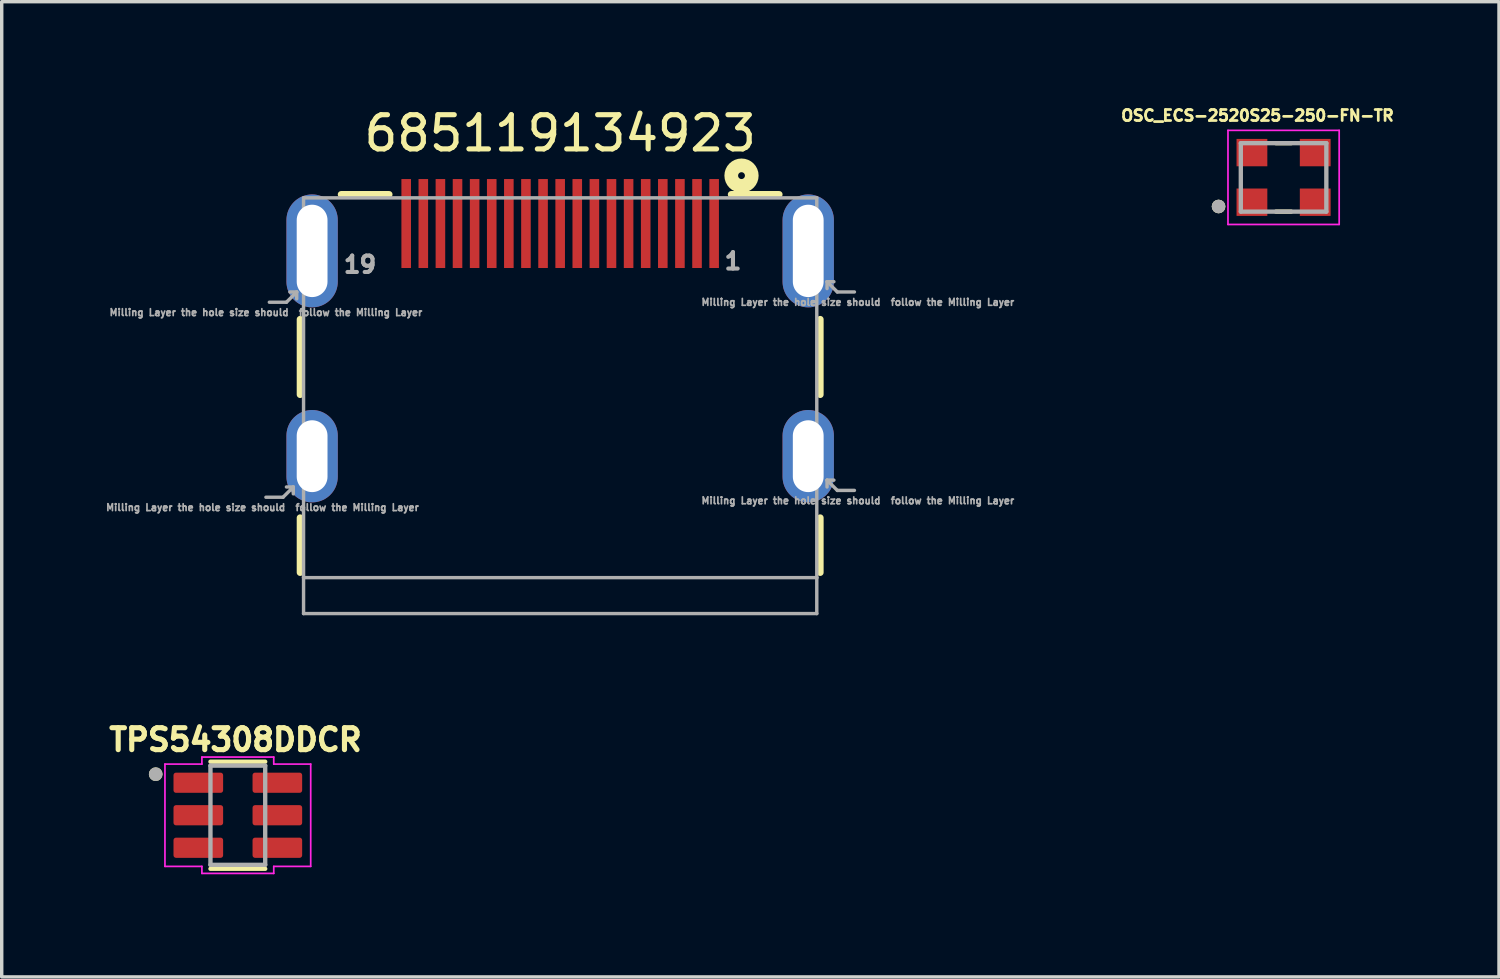
<source format=kicad_pcb>
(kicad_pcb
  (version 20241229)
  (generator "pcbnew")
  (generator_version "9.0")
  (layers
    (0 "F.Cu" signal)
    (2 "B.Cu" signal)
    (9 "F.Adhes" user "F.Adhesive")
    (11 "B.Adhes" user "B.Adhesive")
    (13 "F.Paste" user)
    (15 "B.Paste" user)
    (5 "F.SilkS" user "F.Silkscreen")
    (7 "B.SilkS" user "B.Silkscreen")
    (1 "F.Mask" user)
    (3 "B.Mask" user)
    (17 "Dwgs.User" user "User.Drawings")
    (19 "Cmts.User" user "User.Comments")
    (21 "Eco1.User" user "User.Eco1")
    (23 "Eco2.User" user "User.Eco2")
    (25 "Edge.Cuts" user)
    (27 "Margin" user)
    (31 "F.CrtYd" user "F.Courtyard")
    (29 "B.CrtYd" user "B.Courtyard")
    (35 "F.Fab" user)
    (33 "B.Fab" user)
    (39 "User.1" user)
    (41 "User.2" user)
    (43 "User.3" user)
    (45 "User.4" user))
  (footprint "OSC_ECS-2520S25-250-FN-TR"
    (layer "F.Cu")
    (at 34.465 2.135)
    (property "Reference" "OSC_ECS-2520S25-250-FN-TR" (at -0.763 -1.807 0) (layer "F.SilkS") (effects (font (size 0.321 0.321) (thickness 0.08))))
    (attr smd)
    (fp_line (start -0.221 -1) (end 0.221 -1) (stroke (width 0.127) (type solid)) (layer "F.SilkS"))
    (fp_line (start -0.221 1) (end 0.221 1) (stroke (width 0.127) (type solid)) (layer "F.SilkS"))
    (fp_circle (center -1.9 0.85) (end -1.8 0.85) (stroke (width 0.2) (type solid)) (fill no) (layer "F.SilkS"))
    (fp_line (start -1.625 -1.375) (end 1.625 -1.375) (stroke (width 0.05) (type solid)) (layer "F.CrtYd"))
    (fp_line (start -1.625 1.375) (end -1.625 -1.375) (stroke (width 0.05) (type solid)) (layer "F.CrtYd"))
    (fp_line (start 1.625 -1.375) (end 1.625 1.375) (stroke (width 0.05) (type solid)) (layer "F.CrtYd"))
    (fp_line (start 1.625 1.375) (end -1.625 1.375) (stroke (width 0.05) (type solid)) (layer "F.CrtYd"))
    (fp_line (start -1.25 -1) (end 1.25 -1) (stroke (width 0.127) (type solid)) (layer "F.Fab"))
    (fp_line (start -1.25 1) (end -1.25 -1) (stroke (width 0.127) (type solid)) (layer "F.Fab"))
    (fp_line (start 1.25 -1) (end 1.25 1) (stroke (width 0.127) (type solid)) (layer "F.Fab"))
    (fp_line (start 1.25 1) (end -1.25 1) (stroke (width 0.127) (type solid)) (layer "F.Fab"))
    (fp_circle (center -1.9 0.85) (end -1.8 0.85) (stroke (width 0.2) (type solid)) (fill no) (layer "F.Fab"))
    (pad "1" smd rect (at -0.925 0.725) (size 0.9 0.8) (layers "F.Cu" "F.Mask" "F.Paste"))
    (pad "2" smd rect (at 0.925 0.725) (size 0.9 0.8) (layers "F.Cu" "F.Mask" "F.Paste"))
    (pad "3" smd rect (at 0.925 -0.725) (size 0.9 0.8) (layers "F.Cu" "F.Mask" "F.Paste"))
    (pad "4" smd rect (at -0.925 -0.725) (size 0.9 0.8) (layers "F.Cu" "F.Mask" "F.Paste")))
  (footprint "TPS54308DDCR"
    (layer "F.Cu")
    (at 3.901 20.777)
    (property "Reference" "TPS54308DDCR" (at -0.068 -2.206 0) (layer "F.SilkS") (effects (font (size 0.64 0.64) (thickness 0.15))))
    (attr smd)
    (fp_line (start -0.8 -1.565) (end 0.8 -1.565) (stroke (width 0.127) (type solid)) (layer "F.SilkS"))
    (fp_line (start -0.8 1.565) (end 0.8 1.565) (stroke (width 0.127) (type solid)) (layer "F.SilkS"))
    (fp_circle (center -2.4 -1.2) (end -2.3 -1.2) (stroke (width 0.2) (type solid)) (fill no) (layer "F.SilkS"))
    (fp_line (start -2.13 -1.495) (end -2.13 1.495) (stroke (width 0.05) (type solid)) (layer "F.CrtYd"))
    (fp_line (start -2.13 1.495) (end -1.05 1.495) (stroke (width 0.05) (type solid)) (layer "F.CrtYd"))
    (fp_line (start -1.05 -1.7) (end -1.05 -1.495) (stroke (width 0.05) (type solid)) (layer "F.CrtYd"))
    (fp_line (start -1.05 -1.495) (end -2.13 -1.495) (stroke (width 0.05) (type solid)) (layer "F.CrtYd"))
    (fp_line (start -1.05 1.495) (end -1.05 1.7) (stroke (width 0.05) (type solid)) (layer "F.CrtYd"))
    (fp_line (start -1.05 1.7) (end 1.05 1.7) (stroke (width 0.05) (type solid)) (layer "F.CrtYd"))
    (fp_line (start 1.05 -1.7) (end -1.05 -1.7) (stroke (width 0.05) (type solid)) (layer "F.CrtYd"))
    (fp_line (start 1.05 -1.495) (end 1.05 -1.7) (stroke (width 0.05) (type solid)) (layer "F.CrtYd"))
    (fp_line (start 1.05 1.495) (end 2.13 1.495) (stroke (width 0.05) (type solid)) (layer "F.CrtYd"))
    (fp_line (start 1.05 1.7) (end 1.05 1.495) (stroke (width 0.05) (type solid)) (layer "F.CrtYd"))
    (fp_line (start 2.13 -1.495) (end 1.05 -1.495) (stroke (width 0.05) (type solid)) (layer "F.CrtYd"))
    (fp_line (start 2.13 1.495) (end 2.13 -1.495) (stroke (width 0.05) (type solid)) (layer "F.CrtYd"))
    (fp_line (start -0.8 -1.45) (end -0.8 1.45) (stroke (width 0.127) (type solid)) (layer "F.Fab"))
    (fp_line (start -0.8 1.45) (end 0.8 1.45) (stroke (width 0.127) (type solid)) (layer "F.Fab"))
    (fp_line (start 0.8 -1.45) (end -0.8 -1.45) (stroke (width 0.127) (type solid)) (layer "F.Fab"))
    (fp_line (start 0.8 1.45) (end 0.8 -1.45) (stroke (width 0.127) (type solid)) (layer "F.Fab"))
    (fp_circle (center -2.4 -1.2) (end -2.3 -1.2) (stroke (width 0.2) (type solid)) (fill no) (layer "F.Fab"))
    (pad "1" smd roundrect (at -1.155 -0.95) (size 1.45 0.59) (layers "F.Cu" "F.Mask" "F.Paste") (roundrect_rratio 0.125))
    (pad "2" smd roundrect (at -1.155 0) (size 1.45 0.59) (layers "F.Cu" "F.Mask" "F.Paste") (roundrect_rratio 0.125))
    (pad "3" smd roundrect (at -1.155 0.95) (size 1.45 0.59) (layers "F.Cu" "F.Mask" "F.Paste") (roundrect_rratio 0.125))
    (pad "4" smd roundrect (at 1.155 0.95) (size 1.45 0.59) (layers "F.Cu" "F.Mask" "F.Paste") (roundrect_rratio 0.125))
    (pad "5" smd roundrect (at 1.155 0) (size 1.45 0.59) (layers "F.Cu" "F.Mask" "F.Paste") (roundrect_rratio 0.125))
    (pad "6" smd roundrect (at 1.155 -0.95) (size 1.45 0.59) (layers "F.Cu" "F.Mask" "F.Paste") (roundrect_rratio 0.125)))
  (footprint "685119134923"
    (layer "F.Cu")
    (at 13.322 3.483)
    (property "Reference" "685119134923" (at 0 -2.635 0) (layer "F.SilkS") (effects (font (size 1 1) (thickness 0.15))))
    (attr smd)
    (fp_line (start -7.6 2.8) (end -7.6 5) (stroke (width 0.2) (type solid)) (layer "F.SilkS"))
    (fp_line (start -7.6 8.6) (end -7.6 10.2) (stroke (width 0.2) (type solid)) (layer "F.SilkS"))
    (fp_line (start -6.4 -0.85) (end -5 -0.85) (stroke (width 0.2) (type solid)) (layer "F.SilkS"))
    (fp_line (start 5 -0.85) (end 6.4 -0.85) (stroke (width 0.2) (type solid)) (layer "F.SilkS"))
    (fp_line (start 7.6 2.8) (end 7.6 5) (stroke (width 0.2) (type solid)) (layer "F.SilkS"))
    (fp_line (start 7.6 10.2) (end 7.6 8.6) (stroke (width 0.2) (type solid)) (layer "F.SilkS"))
    (fp_circle (center 5.3 -1.4) (end 5.4 -1.4) (stroke (width 0.4) (type solid)) (fill no) (layer "F.SilkS"))
    (fp_line (start -8.6 8) (end -8.1 8) (stroke (width 0.1) (type solid)) (layer "F.Fab"))
    (fp_line (start -8.5 2.3) (end -8 2.3) (stroke (width 0.1) (type solid)) (layer "F.Fab"))
    (fp_line (start -8.1 8) (end -7.8 7.7) (stroke (width 0.1) (type solid)) (layer "F.Fab"))
    (fp_line (start -8 2.3) (end -7.7 2) (stroke (width 0.1) (type solid)) (layer "F.Fab"))
    (fp_line (start -7.8 7.7) (end -8 7.7) (stroke (width 0.1) (type solid)) (layer "F.Fab"))
    (fp_line (start -7.8 7.7) (end -7.8 7.9) (stroke (width 0.1) (type solid)) (layer "F.Fab"))
    (fp_line (start -7.7 2) (end -7.9 2) (stroke (width 0.1) (type solid)) (layer "F.Fab"))
    (fp_line (start -7.7 2) (end -7.7 2.2) (stroke (width 0.1) (type solid)) (layer "F.Fab"))
    (fp_line (start -7.5 -0.75) (end 7.5 -0.75) (stroke (width 0.1) (type solid)) (layer "F.Fab"))
    (fp_line (start -7.5 10.35) (end -7.5 -0.75) (stroke (width 0.1) (type solid)) (layer "F.Fab"))
    (fp_line (start -7.5 10.35) (end -7.5 11.4) (stroke (width 0.1) (type solid)) (layer "F.Fab"))
    (fp_line (start -7.5 11.4) (end 7.5 11.4) (stroke (width 0.1) (type solid)) (layer "F.Fab"))
    (fp_line (start 7.5 -0.75) (end 7.5 10.35) (stroke (width 0.1) (type solid)) (layer "F.Fab"))
    (fp_line (start 7.5 10.35) (end -7.5 10.35) (stroke (width 0.1) (type solid)) (layer "F.Fab"))
    (fp_line (start 7.5 11.4) (end 7.5 10.35) (stroke (width 0.1) (type solid)) (layer "F.Fab"))
    (fp_line (start 7.8 1.7) (end 7.8 1.9) (stroke (width 0.1) (type solid)) (layer "F.Fab"))
    (fp_line (start 7.8 1.7) (end 8 1.7) (stroke (width 0.1) (type solid)) (layer "F.Fab"))
    (fp_line (start 7.8 7.5) (end 7.8 7.7) (stroke (width 0.1) (type solid)) (layer "F.Fab"))
    (fp_line (start 7.8 7.5) (end 8 7.5) (stroke (width 0.1) (type solid)) (layer "F.Fab"))
    (fp_line (start 8.1 2) (end 7.8 1.7) (stroke (width 0.1) (type solid)) (layer "F.Fab"))
    (fp_line (start 8.1 7.8) (end 7.8 7.5) (stroke (width 0.1) (type solid)) (layer "F.Fab"))
    (fp_line (start 8.6 2) (end 8.1 2) (stroke (width 0.1) (type solid)) (layer "F.Fab"))
    (fp_line (start 8.6 7.8) (end 8.1 7.8) (stroke (width 0.1) (type solid)) (layer "F.Fab"))
    (fp_text user "Milling Layer the hole size should  follow the Milling Layer" (at -8.7 8.3 0) (layer "F.Fab") (effects (font (size 0.2 0.2) (thickness 0.15))))
    (fp_text user "Milling Layer the hole size should  follow the Milling Layer" (at 8.7 8.1 0) (layer "F.Fab") (effects (font (size 0.2 0.2) (thickness 0.15))))
    (fp_text user "Milling Layer the hole size should  follow the Milling Layer" (at 8.7 2.3 0) (layer "F.Fab") (effects (font (size 0.2 0.2) (thickness 0.15))))
    (fp_text user "19" (at -5.85 1.2 0) (layer "F.Fab") (effects (font (size 0.48 0.48) (thickness 0.15))))
    (fp_text user "1" (at 5.05 1.1 0) (layer "F.Fab") (effects (font (size 0.48 0.48) (thickness 0.15))))
    (fp_text user "Milling Layer the hole size should  follow the Milling Layer" (at -8.6 2.6 0) (layer "F.Fab") (effects (font (size 0.2 0.2) (thickness 0.15))))
    (pad "1" smd rect (at 4.5 0) (size 0.28 2.6) (layers "F.Cu" "F.Mask" "F.Paste"))
    (pad "2" smd rect (at 4 0) (size 0.28 2.6) (layers "F.Cu" "F.Mask" "F.Paste"))
    (pad "3" smd rect (at 3.5 0) (size 0.28 2.6) (layers "F.Cu" "F.Mask" "F.Paste"))
    (pad "4" smd rect (at 3 0) (size 0.28 2.6) (layers "F.Cu" "F.Mask" "F.Paste"))
    (pad "5" smd rect (at 2.5 0) (size 0.28 2.6) (layers "F.Cu" "F.Mask" "F.Paste"))
    (pad "6" smd rect (at 2 0) (size 0.28 2.6) (layers "F.Cu" "F.Mask" "F.Paste"))
    (pad "7" smd rect (at 1.5 0) (size 0.28 2.6) (layers "F.Cu" "F.Mask" "F.Paste"))
    (pad "8" smd rect (at 1 0) (size 0.28 2.6) (layers "F.Cu" "F.Mask" "F.Paste"))
    (pad "9" smd rect (at 0.5 0) (size 0.28 2.6) (layers "F.Cu" "F.Mask" "F.Paste"))
    (pad "10" smd rect (at 0 0) (size 0.28 2.6) (layers "F.Cu" "F.Mask" "F.Paste"))
    (pad "11" smd rect (at -0.5 0) (size 0.28 2.6) (layers "F.Cu" "F.Mask" "F.Paste"))
    (pad "12" smd rect (at -1 0) (size 0.28 2.6) (layers "F.Cu" "F.Mask" "F.Paste"))
    (pad "13" smd rect (at -1.5 0) (size 0.28 2.6) (layers "F.Cu" "F.Mask" "F.Paste"))
    (pad "14" smd rect (at -2 0) (size 0.28 2.6) (layers "F.Cu" "F.Mask" "F.Paste"))
    (pad "15" smd rect (at -2.5 0) (size 0.28 2.6) (layers "F.Cu" "F.Mask" "F.Paste"))
    (pad "16" smd rect (at -3 0) (size 0.28 2.6) (layers "F.Cu" "F.Mask" "F.Paste"))
    (pad "17" smd rect (at -3.5 0) (size 0.28 2.6) (layers "F.Cu" "F.Mask" "F.Paste"))
    (pad "18" smd rect (at -4 0) (size 0.28 2.6) (layers "F.Cu" "F.Mask" "F.Paste"))
    (pad "19" smd rect (at -4.5 0) (size 0.28 2.6) (layers "F.Cu" "F.Mask" "F.Paste"))
    (pad "S1" thru_hole oval (at 7.25 0.8) (size 1.5 3.3) (drill oval 0.9 2.7) (layers "*.Cu" "*.Mask"))
    (pad "S2" thru_hole oval (at -7.25 0.8) (size 1.5 3.3) (drill oval 0.9 2.7) (layers "*.Cu" "*.Mask"))
    (pad "S3" thru_hole oval (at -7.25 6.8) (size 1.5 2.7) (drill oval 0.9 2.1) (layers "*.Cu" "*.Mask"))
    (pad "S4" thru_hole oval (at 7.25 6.8) (size 1.5 2.7) (drill oval 0.9 2.1) (layers "*.Cu" "*.Mask")))
  (gr_rect
    (start -3 -3)
    (end 40.761 25.502)
    (stroke (width 0.1) (type default))
    (fill no)
    (layer "Edge.Cuts")))
</source>
